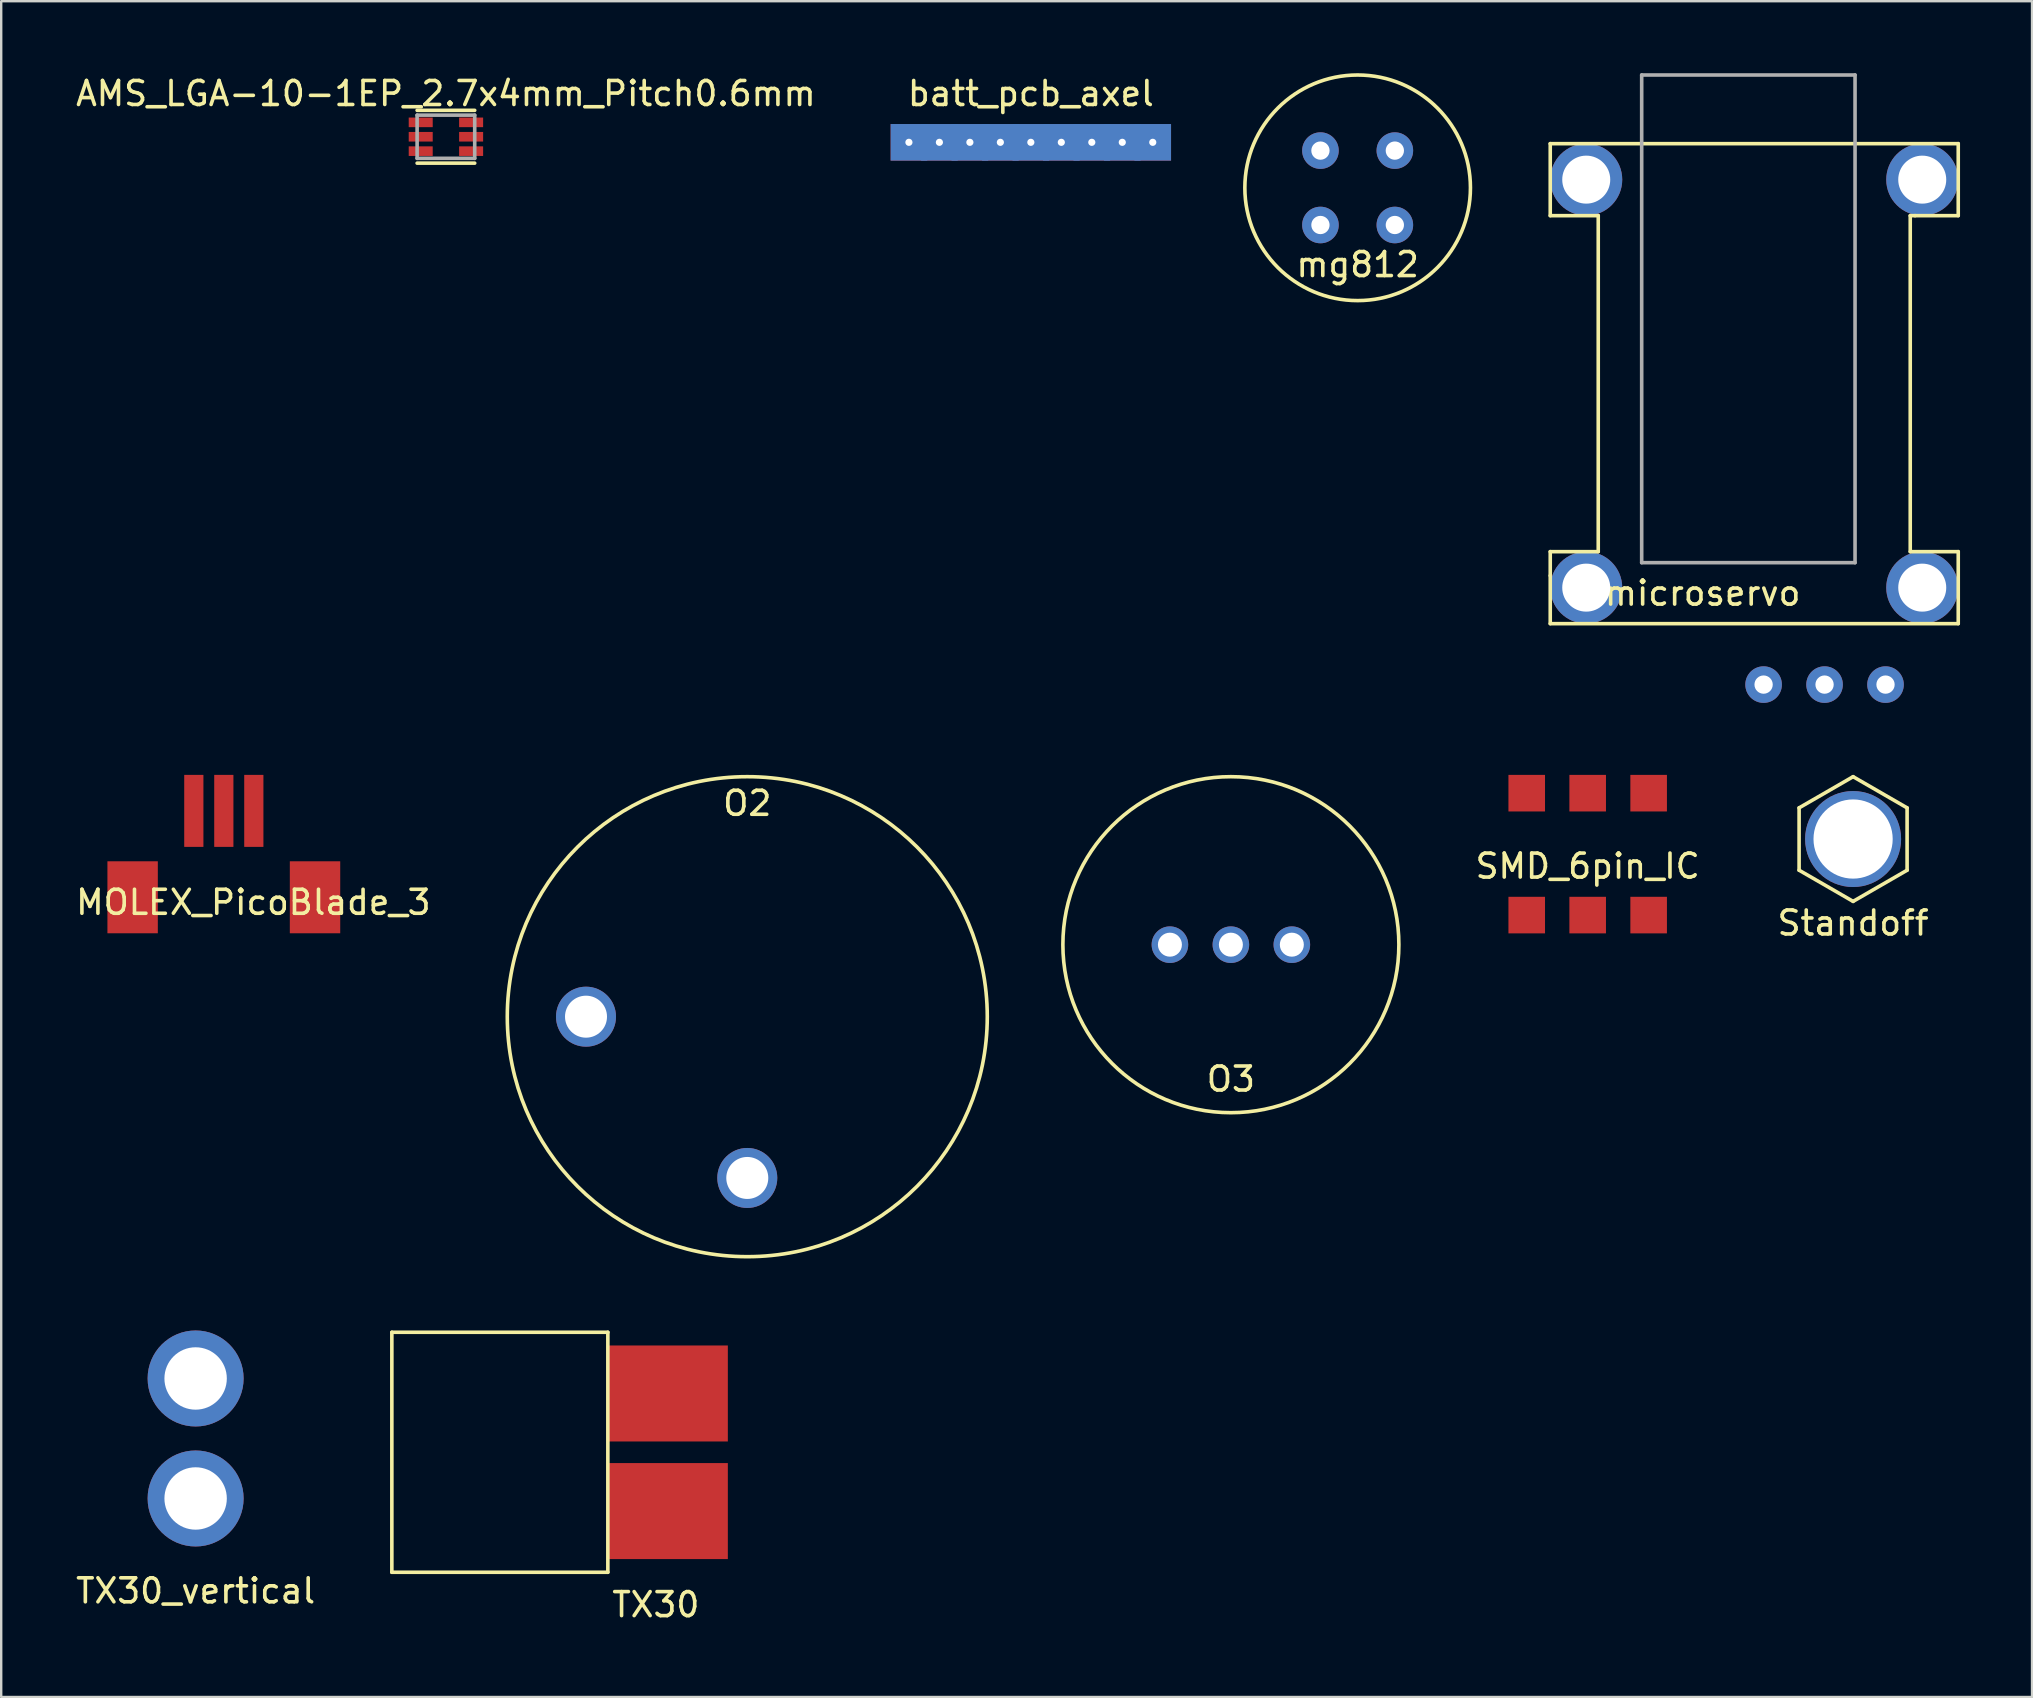
<source format=kicad_pcb>
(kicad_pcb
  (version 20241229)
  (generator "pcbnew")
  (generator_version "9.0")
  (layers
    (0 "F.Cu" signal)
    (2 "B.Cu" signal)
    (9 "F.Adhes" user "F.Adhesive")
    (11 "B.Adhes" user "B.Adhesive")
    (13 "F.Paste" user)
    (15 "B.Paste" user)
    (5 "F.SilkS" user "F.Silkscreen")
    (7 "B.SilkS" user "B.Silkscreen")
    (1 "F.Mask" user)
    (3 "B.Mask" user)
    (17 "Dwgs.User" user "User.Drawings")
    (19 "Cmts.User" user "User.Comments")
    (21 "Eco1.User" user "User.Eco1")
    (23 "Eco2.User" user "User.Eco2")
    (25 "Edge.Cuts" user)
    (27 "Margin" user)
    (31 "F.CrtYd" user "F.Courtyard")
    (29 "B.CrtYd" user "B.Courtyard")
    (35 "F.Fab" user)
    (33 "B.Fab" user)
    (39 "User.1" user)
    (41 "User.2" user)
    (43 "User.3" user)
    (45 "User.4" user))
  (footprint "MOLEX_PicoBlade_3"
    (layer "F.Cu")
    (at 6.236 33.277)
    (property "Reference" "MOLEX_PicoBlade_3" (at 1.27 1.27 0) (layer "F.SilkS") (effects (font (size 1 1) (thickness 0.15))))
    (attr through_hole)
    (pad "" smd rect (at -3.76 1.06) (size 2.1 3) (layers "F.Cu" "F.Mask" "F.Paste"))
    (pad "" smd rect (at 3.84 1.06) (size 2.1 3) (layers "F.Cu" "F.Mask" "F.Paste"))
    (pad "1" smd rect (at -1.21 -2.54) (size 0.8 3) (layers "F.Cu" "F.Mask" "F.Paste"))
    (pad "2" smd rect (at 0.04 -2.54) (size 0.8 3) (layers "F.Cu" "F.Mask" "F.Paste"))
    (pad "3" smd rect (at 1.29 -2.54) (size 0.8 3) (layers "F.Cu" "F.Mask" "F.Paste")))
  (footprint "SMD_6pin_IC"
    (layer "F.Cu")
    (at 63.104 32.539)
    (property "Reference" "SMD_6pin_IC" (at 0 0.5 0) (layer "F.SilkS") (effects (font (size 1 1) (thickness 0.15))))
    (attr through_hole)
    (pad "1" smd rect (at -2.54 2.54) (size 1.524 1.524) (layers "F.Cu" "F.Mask" "F.Paste"))
    (pad "2" smd rect (at 0 2.54) (size 1.524 1.524) (layers "F.Cu" "F.Mask" "F.Paste"))
    (pad "3" smd rect (at 2.54 2.54) (size 1.524 1.524) (layers "F.Cu" "F.Mask" "F.Paste"))
    (pad "4" smd rect (at 2.54 -2.54) (size 1.524 1.524) (layers "F.Cu" "F.Mask" "F.Paste"))
    (pad "5" smd rect (at 0 -2.54) (size 1.524 1.524) (layers "F.Cu" "F.Mask" "F.Paste"))
    (pad "6" smd rect (at -2.54 -2.54) (size 1.524 1.524) (layers "F.Cu" "F.Mask" "F.Paste")))
  (footprint "AMS_LGA-10-1EP_2.7x4mm_Pitch0.6mm"
    (layer "F.Cu")
    (at 15.53 3.248)
    (property "Reference" "AMS_LGA-10-1EP_2.7x4mm_Pitch0.6mm" (at 0 -2.4 0) (layer "F.SilkS") (effects (font (size 1 1) (thickness 0.15))))
    (attr smd)
    (fp_line (start -1.2 -1.7) (end 1.2 -1.7) (stroke (width 0.15) (type solid)) (layer "F.SilkS"))
    (fp_line (start -1.2 0.5) (end 1.2 0.5) (stroke (width 0.15) (type solid)) (layer "F.SilkS"))
    (fp_line (start -1.2 -1.5) (end 1.2 -1.5) (stroke (width 0.15) (type solid)) (layer "F.Fab"))
    (fp_line (start -1.2 0.3) (end -1.2 -1.5) (stroke (width 0.15) (type solid)) (layer "F.Fab"))
    (fp_line (start 1.2 -1.5) (end 1.2 0.3) (stroke (width 0.15) (type solid)) (layer "F.Fab"))
    (fp_line (start 1.2 0.3) (end -1.2 0.3) (stroke (width 0.15) (type solid)) (layer "F.Fab"))
    (pad "1" smd rect (at -1.05 -1.2) (size 1 0.4) (layers "F.Cu" "F.Mask" "F.Paste"))
    (pad "2" smd rect (at -1.05 -0.6) (size 1 0.4) (layers "F.Cu" "F.Mask" "F.Paste"))
    (pad "3" smd rect (at -1.05 0) (size 1 0.4) (layers "F.Cu" "F.Mask" "F.Paste"))
    (pad "4" smd rect (at 1.05 0) (size 1 0.4) (layers "F.Cu" "F.Mask" "F.Paste"))
    (pad "5" smd rect (at 1.05 -0.6) (size 1 0.4) (layers "F.Cu" "F.Mask" "F.Paste"))
    (pad "6" smd rect (at 1.05 -1.2) (size 1 0.4) (layers "F.Cu" "F.Mask" "F.Paste")))
  (footprint "Standoff"
    (layer "F.Cu")
    (at 74.163 31.91)
    (property "Reference" "Standoff" (at 0 3.5 0) (layer "F.SilkS") (effects (font (size 1 1) (thickness 0.15))))
    (attr through_hole)
    (fp_line (start -2.25 -1.299) (end -2.25 1.299) (stroke (width 0.15) (type solid)) (layer "F.SilkS"))
    (fp_line (start -2.25 -1.299) (end 0 -2.598) (stroke (width 0.15) (type solid)) (layer "F.SilkS"))
    (fp_line (start -2.25 1.299) (end 0 2.598) (stroke (width 0.15) (type solid)) (layer "F.SilkS"))
    (fp_line (start 0 -2.598) (end 2.25 -1.299) (stroke (width 0.15) (type solid)) (layer "F.SilkS"))
    (fp_line (start 0 2.598) (end 2.25 1.299) (stroke (width 0.15) (type solid)) (layer "F.SilkS"))
    (fp_line (start 2.25 -1.299) (end 2.25 1.299) (stroke (width 0.15) (type solid)) (layer "F.SilkS"))
    (pad "" thru_hole circle (at 0 0) (size 4 4) (drill 3.3) (layers "*.Cu" "*.Mask")))
  (footprint "TX30_vertical"
    (layer "F.Cu")
    (at 5.101 56.887)
    (property "Reference" "TX30_vertical" (at 0 6.35 0) (layer "F.SilkS") (effects (font (size 1 1) (thickness 0.15))))
    (attr through_hole)
    (pad "1" thru_hole circle (at 0 -2.5) (size 4 4) (drill 2.6) (layers "*.Cu" "*.Mask"))
    (pad "2" thru_hole circle (at 0 2.5) (size 4 4) (drill 2.6) (layers "*.Cu" "*.Mask")))
  (footprint "O2"
    (layer "F.Cu")
    (at 28.087 39.312)
    (property "Reference" "O2" (at 0 -8.89 0) (layer "F.SilkS") (effects (font (size 1 1) (thickness 0.15))))
    (attr through_hole)
    (fp_circle (center 0 0) (end 10 0) (stroke (width 0.15) (type solid)) (fill no) (layer "F.SilkS"))
    (pad "1" thru_hole circle (at 0 6.72) (size 2.5 2.5) (drill 1.75) (layers "*.Cu" "*.Mask"))
    (pad "2" thru_hole circle (at -6.72 0) (size 2.5 2.5) (drill 1.75) (layers "*.Cu" "*.Mask")))
  (footprint "microservo"
    (layer "F.Cu")
    (at 61.544 22.935)
    (property "Reference" "microservo" (at 6.35 -1.27 180) (layer "F.SilkS") (effects (font (size 1 1) (thickness 0.15))))
    (attr through_hole)
    (fp_line (start 0 -20) (end 0 -17) (stroke (width 0.15) (type solid)) (layer "F.SilkS"))
    (fp_line (start 0 -17) (end 2 -17) (stroke (width 0.15) (type solid)) (layer "F.SilkS"))
    (fp_line (start 0 -3) (end 2 -3) (stroke (width 0.15) (type solid)) (layer "F.SilkS"))
    (fp_line (start 0 -2) (end 0 -3) (stroke (width 0.15) (type solid)) (layer "F.SilkS"))
    (fp_line (start 0 -2) (end 0 0) (stroke (width 0.15) (type solid)) (layer "F.SilkS"))
    (fp_line (start 0 0) (end 17 0) (stroke (width 0.15) (type solid)) (layer "F.SilkS"))
    (fp_line (start 2 -3) (end 2 -17) (stroke (width 0.15) (type solid)) (layer "F.SilkS"))
    (fp_line (start 15 -17) (end 15 -3) (stroke (width 0.15) (type solid)) (layer "F.SilkS"))
    (fp_line (start 15 -3) (end 17 -3) (stroke (width 0.15) (type solid)) (layer "F.SilkS"))
    (fp_line (start 15.2 -17) (end 15 -17) (stroke (width 0.15) (type solid)) (layer "F.SilkS"))
    (fp_line (start 17 -20) (end 0 -20) (stroke (width 0.15) (type solid)) (layer "F.SilkS"))
    (fp_line (start 17 -20) (end 17 -17) (stroke (width 0.15) (type solid)) (layer "F.SilkS"))
    (fp_line (start 17 -17) (end 15.2 -17) (stroke (width 0.15) (type solid)) (layer "F.SilkS"))
    (fp_line (start 17 0) (end 17 -3) (stroke (width 0.15) (type solid)) (layer "F.SilkS"))
    (fp_line (start 3.81 -22.86) (end 3.81 -2.54) (stroke (width 0.15) (type solid)) (layer "F.Fab"))
    (fp_line (start 3.81 -2.54) (end 12.7 -2.54) (stroke (width 0.15) (type solid)) (layer "F.Fab"))
    (fp_line (start 12.7 -22.86) (end 3.81 -22.86) (stroke (width 0.15) (type solid)) (layer "F.Fab"))
    (fp_line (start 12.7 -2.54) (end 12.7 -22.86) (stroke (width 0.15) (type solid)) (layer "F.Fab"))
    (pad "" thru_hole circle (at 1.5 -18.5) (size 3 3) (drill 2) (layers "*.Cu" "*.Mask"))
    (pad "" thru_hole circle (at 1.5 -1.5) (size 3 3) (drill 2) (layers "*.Cu" "*.Mask"))
    (pad "" thru_hole circle (at 15.5 -18.5) (size 3 3) (drill 2) (layers "*.Cu" "*.Mask"))
    (pad "" thru_hole circle (at 15.5 -1.5) (size 3 3) (drill 2) (layers "*.Cu" "*.Mask"))
    (pad "1" thru_hole circle (at 13.97 2.54) (size 1.524 1.524) (drill 0.762) (layers "*.Cu" "*.Mask"))
    (pad "2" thru_hole circle (at 11.43 2.54) (size 1.524 1.524) (drill 0.762) (layers "*.Cu" "*.Mask"))
    (pad "3" thru_hole circle (at 8.89 2.54) (size 1.524 1.524) (drill 0.762) (layers "*.Cu" "*.Mask")))
  (footprint "mg812"
    (layer "F.Cu")
    (at 53.519 4.775)
    (property "Reference" "mg812" (at 0 3.2 0) (layer "F.SilkS") (effects (font (size 1 1) (thickness 0.15))))
    (attr through_hole)
    (fp_circle (center 0 0) (end 4.7 0) (stroke (width 0.15) (type solid)) (fill no) (layer "F.SilkS"))
    (pad "1" thru_hole circle (at -1.55 -1.55) (size 1.524 1.524) (drill 0.762) (layers "*.Cu" "*.Mask"))
    (pad "2" thru_hole circle (at 1.55 -1.55) (size 1.524 1.524) (drill 0.762) (layers "*.Cu" "*.Mask"))
    (pad "3" thru_hole circle (at 1.55 1.55) (size 1.524 1.524) (drill 0.762) (layers "*.Cu" "*.Mask"))
    (pad "4" thru_hole circle (at -1.55 1.55) (size 1.524 1.524) (drill 0.762) (layers "*.Cu" "*.Mask")))
  (footprint "batt_pcb_axel"
    (layer "F.Cu")
    (at 39.902 2.88)
    (property "Reference" "batt_pcb_axel" (at 0 -2.032 0) (layer "F.SilkS") (effects (font (size 1 1) (thickness 0.15))))
    (attr through_hole)
    (pad "" thru_hole rect (at -5.08 0) (size 1.524 1.524) (drill 0.3) (layers "*.Cu" "*.Mask"))
    (pad "" thru_hole rect (at -3.81 0) (size 1.524 1.524) (drill 0.3) (layers "*.Cu" "*.Mask"))
    (pad "" thru_hole rect (at -2.54 0) (size 1.524 1.524) (drill 0.3) (layers "*.Cu" "*.Mask"))
    (pad "" thru_hole rect (at -1.27 0) (size 1.524 1.524) (drill 0.3) (layers "*.Cu" "*.Mask"))
    (pad "" thru_hole rect (at 0 0) (size 1.524 1.524) (drill 0.3) (layers "*.Cu" "*.Mask"))
    (pad "" thru_hole rect (at 1.27 0) (size 1.524 1.524) (drill 0.3) (layers "*.Cu" "*.Mask"))
    (pad "" thru_hole rect (at 2.54 0) (size 1.524 1.524) (drill 0.3) (layers "*.Cu" "*.Mask"))
    (pad "" thru_hole rect (at 3.81 0) (size 1.524 1.524) (drill 0.3) (layers "*.Cu" "*.Mask"))
    (pad "" thru_hole rect (at 5.08 0) (size 1.524 1.524) (drill 0.3) (layers "*.Cu" "*.Mask")))
  (footprint "TX30"
    (layer "F.Cu")
    (at 24.277 57.462)
    (property "Reference" "TX30" (at 0 6.35 0) (layer "F.SilkS") (effects (font (size 1 1) (thickness 0.15))))
    (attr through_hole)
    (fp_line (start -11 -5) (end -2 -5) (stroke (width 0.15) (type solid)) (layer "F.SilkS"))
    (fp_line (start -11 5) (end -11 -5) (stroke (width 0.15) (type solid)) (layer "F.SilkS"))
    (fp_line (start -2 -5) (end -2 5) (stroke (width 0.15) (type solid)) (layer "F.SilkS"))
    (fp_line (start -2 5) (end -11 5) (stroke (width 0.15) (type solid)) (layer "F.SilkS"))
    (pad "1" smd rect (at 0.5 -2.45) (size 5 4) (layers "F.Cu" "F.Mask" "F.Paste"))
    (pad "2" smd rect (at 0.5 2.45) (size 5 4) (layers "F.Cu" "F.Mask" "F.Paste")))
  (footprint "O3"
    (layer "F.Cu")
    (at 48.237 36.312)
    (property "Reference" "O3" (at 0 5.6 0) (layer "F.SilkS") (effects (font (size 1 1) (thickness 0.15))))
    (attr through_hole)
    (fp_circle (center 0 0) (end 7 0) (stroke (width 0.15) (type solid)) (fill no) (layer "F.SilkS"))
    (pad "1" thru_hole circle (at -2.54 0) (size 1.524 1.524) (drill 1) (layers "*.Cu" "*.Mask"))
    (pad "2" thru_hole circle (at 0 0) (size 1.524 1.524) (drill 1) (layers "*.Cu" "*.Mask"))
    (pad "3" thru_hole circle (at 2.54 0) (size 1.524 1.524) (drill 1) (layers "*.Cu" "*.Mask")))
  (gr_rect
    (start -3 -3)
    (end 81.619 67.66)
    (stroke (width 0.1) (type default))
    (fill no)
    (layer "Edge.Cuts")))
</source>
